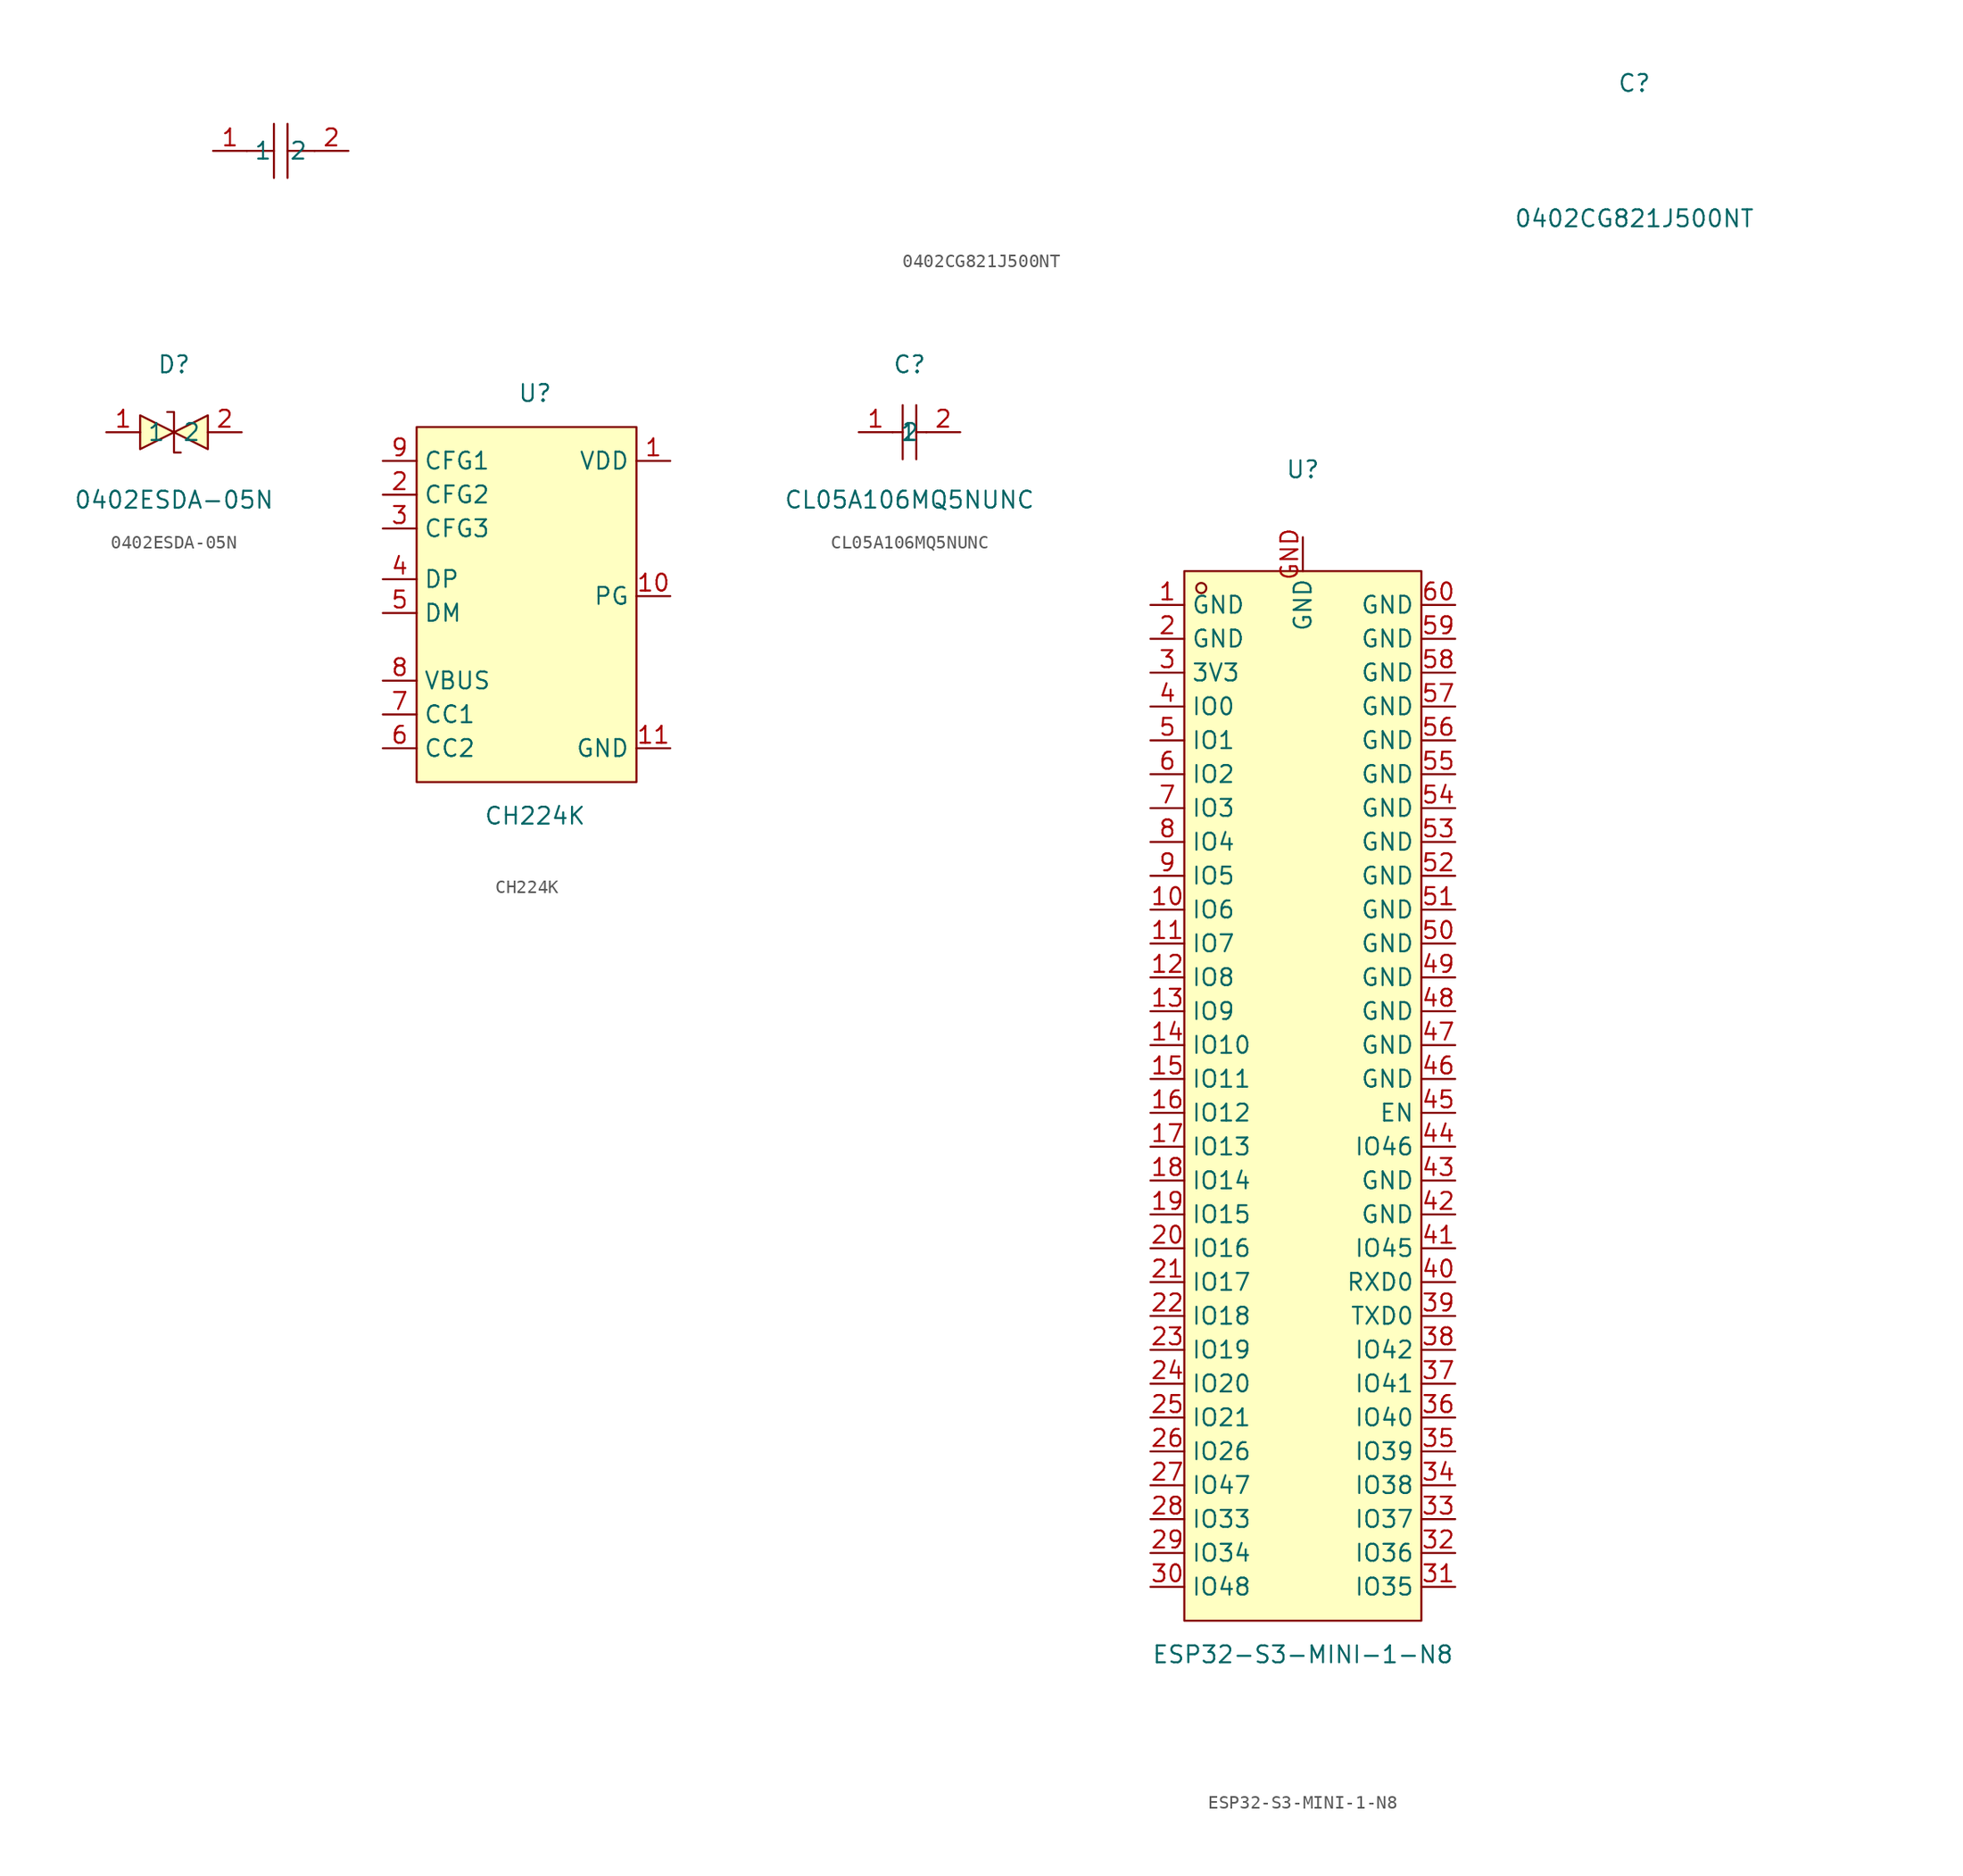
<source format=kicad_sym>
(kicad_symbol_lib
  (version 20241209)
  (generator "kicad_symbol_editor")
  (generator_version "9.0")
  (symbol "0402CG821J500NT"
    (property "Reference" "C"
      (at 0 81.28 0)
      (effects (font (size 1.27 1.27))))
    (property "Value" "0402CG821J500NT"
      (at 0 71.12 0)
      (effects (font (size 1.27 1.27))))
    (symbol "0402CG821J500NT_0_1"
      (polyline (pts (xy -102.11 76.2) (xy -104.14 76.2)) (stroke (width 0) (type default)) (fill (type none)))
      (polyline (pts (xy -102.11 74.17) (xy -102.11 78.23)) (stroke (width 0) (type default)) (fill (type none)))
      (polyline (pts (xy -101.09 78.23) (xy -101.09 74.17)) (stroke (width 0) (type default)) (fill (type none)))
      (polyline (pts (xy -99.06 76.2) (xy -101.09 76.2)) (stroke (width 0) (type default)) (fill (type none)))
      (pin unspecified line (at -106.68 76.2 0) (length 2.54) (name "1" (effects (font (size 1.27 1.27)))) (number "1" (effects (font (size 1.27 1.27)))))
      (pin unspecified line (at -96.52 76.2 180) (length 2.54) (name "2" (effects (font (size 1.27 1.27)))) (number "2" (effects (font (size 1.27 1.27)))))))
  (symbol "0402ESDA-05N"
    (property "Reference" "D"
      (at 0 5.08 0)
      (effects (font (size 1.27 1.27))))
    (property "Value" "0402ESDA-05N"
      (at 0 -5.08 0)
      (effects (font (size 1.27 1.27))))
    (symbol "0402ESDA-05N_0_1"
      (polyline (pts (xy -2.54 1.27) (xy 0 0) (xy -2.54 -1.27) (xy -2.54 1.27)) (stroke (width 0) (type default)) (fill (type background)))
      (polyline (pts (xy -0.51 1.52) (xy -0.51 1.52) (xy 0 1.52) (xy 0 -1.52) (xy 0.51 -1.52) (xy 0.51 -1.52)) (stroke (width 0) (type default)) (fill (type none)))
      (polyline (pts (xy 2.54 1.27) (xy 0 0) (xy 2.54 -1.27) (xy 2.54 1.27)) (stroke (width 0) (type default)) (fill (type background)))
      (pin unspecified line (at -5.08 0 0) (length 2.54) (name "1" (effects (font (size 1.27 1.27)))) (number "1" (effects (font (size 1.27 1.27)))))
      (pin unspecified line (at 5.08 0 180) (length 2.54) (name "2" (effects (font (size 1.27 1.27)))) (number "2" (effects (font (size 1.27 1.27)))))))
  (symbol "CH224K"
    (property "Reference" "U"
      (at 0 15.24 0)
      (effects (font (size 1.27 1.27))))
    (property "Value" "CH224K"
      (at 0 -16.51 0)
      (effects (font (size 1.27 1.27))))
    (symbol "CH224K_0_1"
      (rectangle (start -8.89 12.7) (end 7.62 -13.97) (stroke (width 0) (type default)) (fill (type background)))
      (pin unspecified line (at -11.43 10.16 0) (length 2.54) (name "CFG1" (effects (font (size 1.27 1.27)))) (number "9" (effects (font (size 1.27 1.27)))))
      (pin unspecified line (at -11.43 7.62 0) (length 2.54) (name "CFG2" (effects (font (size 1.27 1.27)))) (number "2" (effects (font (size 1.27 1.27)))))
      (pin unspecified line (at -11.43 5.08 0) (length 2.54) (name "CFG3" (effects (font (size 1.27 1.27)))) (number "3" (effects (font (size 1.27 1.27)))))
      (pin unspecified line (at -11.43 1.27 0) (length 2.54) (name "DP" (effects (font (size 1.27 1.27)))) (number "4" (effects (font (size 1.27 1.27)))))
      (pin unspecified line (at -11.43 -1.27 0) (length 2.54) (name "DM" (effects (font (size 1.27 1.27)))) (number "5" (effects (font (size 1.27 1.27)))))
      (pin unspecified line (at -11.43 -6.35 0) (length 2.54) (name "VBUS" (effects (font (size 1.27 1.27)))) (number "8" (effects (font (size 1.27 1.27)))))
      (pin unspecified line (at -11.43 -8.89 0) (length 2.54) (name "CC1" (effects (font (size 1.27 1.27)))) (number "7" (effects (font (size 1.27 1.27)))))
      (pin unspecified line (at -11.43 -11.43 0) (length 2.54) (name "CC2" (effects (font (size 1.27 1.27)))) (number "6" (effects (font (size 1.27 1.27)))))
      (pin unspecified line (at 10.16 10.16 180) (length 2.54) (name "VDD" (effects (font (size 1.27 1.27)))) (number "1" (effects (font (size 1.27 1.27)))))
      (pin unspecified line (at 10.16 0 180) (length 2.54) (name "PG" (effects (font (size 1.27 1.27)))) (number "10" (effects (font (size 1.27 1.27)))))
      (pin unspecified line (at 10.16 -11.43 180) (length 2.54) (name "GND" (effects (font (size 1.27 1.27)))) (number "11" (effects (font (size 1.27 1.27)))))))
  (symbol "CL05A106MQ5NUNC"
    (property "Reference" "C"
      (at 0 5.08 0)
      (effects (font (size 1.27 1.27))))
    (property "Value" "CL05A106MQ5NUNC"
      (at 0 -5.08 0)
      (effects (font (size 1.27 1.27))))
    (symbol "CL05A106MQ5NUNC_0_1"
      (polyline (pts (xy -1.27 0) (xy -0.51 0)) (stroke (width 0) (type default)) (fill (type none)))
      (polyline (pts (xy -0.51 2.03) (xy -0.51 -2.03)) (stroke (width 0) (type default)) (fill (type none)))
      (polyline (pts (xy 0.51 2.03) (xy 0.51 -2.03)) (stroke (width 0) (type default)) (fill (type none)))
      (polyline (pts (xy 0.51 0) (xy 1.27 0)) (stroke (width 0) (type default)) (fill (type none)))
      (pin input line (at -3.81 0 0) (length 2.54) (name "1" (effects (font (size 1.27 1.27)))) (number "1" (effects (font (size 1.27 1.27)))))
      (pin input line (at 3.81 0 180) (length 2.54) (name "2" (effects (font (size 1.27 1.27)))) (number "2" (effects (font (size 1.27 1.27)))))))
  (symbol "ESP32-S3-MINI-1-N8"
    (property "Reference" "U"
      (at 0 46.99 0)
      (effects (font (size 1.27 1.27))))
    (property "Value" "ESP32-S3-MINI-1-N8"
      (at 0 -41.91 0)
      (effects (font (size 1.27 1.27))))
    (symbol "ESP32-S3-MINI-1-N8_0_1"
      (rectangle (start -8.89 39.37) (end 8.89 -39.37) (stroke (width 0) (type default)) (fill (type background)))
      (circle (center -7.62 38.1) (radius 0.38) (stroke (width 0) (type default)) (fill (type none)))
      (pin unspecified line (at -11.43 36.83 0) (length 2.54) (name "GND" (effects (font (size 1.27 1.27)))) (number "1" (effects (font (size 1.27 1.27)))))
      (pin unspecified line (at -11.43 34.29 0) (length 2.54) (name "GND" (effects (font (size 1.27 1.27)))) (number "2" (effects (font (size 1.27 1.27)))))
      (pin unspecified line (at -11.43 31.75 0) (length 2.54) (name "3V3" (effects (font (size 1.27 1.27)))) (number "3" (effects (font (size 1.27 1.27)))))
      (pin unspecified line (at -11.43 29.21 0) (length 2.54) (name "IO0" (effects (font (size 1.27 1.27)))) (number "4" (effects (font (size 1.27 1.27)))))
      (pin unspecified line (at -11.43 26.67 0) (length 2.54) (name "IO1" (effects (font (size 1.27 1.27)))) (number "5" (effects (font (size 1.27 1.27)))))
      (pin unspecified line (at -11.43 24.13 0) (length 2.54) (name "IO2" (effects (font (size 1.27 1.27)))) (number "6" (effects (font (size 1.27 1.27)))))
      (pin unspecified line (at -11.43 21.59 0) (length 2.54) (name "IO3" (effects (font (size 1.27 1.27)))) (number "7" (effects (font (size 1.27 1.27)))))
      (pin unspecified line (at -11.43 19.05 0) (length 2.54) (name "IO4" (effects (font (size 1.27 1.27)))) (number "8" (effects (font (size 1.27 1.27)))))
      (pin unspecified line (at -11.43 16.51 0) (length 2.54) (name "IO5" (effects (font (size 1.27 1.27)))) (number "9" (effects (font (size 1.27 1.27)))))
      (pin unspecified line (at -11.43 13.97 0) (length 2.54) (name "IO6" (effects (font (size 1.27 1.27)))) (number "10" (effects (font (size 1.27 1.27)))))
      (pin unspecified line (at -11.43 11.43 0) (length 2.54) (name "IO7" (effects (font (size 1.27 1.27)))) (number "11" (effects (font (size 1.27 1.27)))))
      (pin unspecified line (at -11.43 8.89 0) (length 2.54) (name "IO8" (effects (font (size 1.27 1.27)))) (number "12" (effects (font (size 1.27 1.27)))))
      (pin unspecified line (at -11.43 6.35 0) (length 2.54) (name "IO9" (effects (font (size 1.27 1.27)))) (number "13" (effects (font (size 1.27 1.27)))))
      (pin unspecified line (at -11.43 3.81 0) (length 2.54) (name "IO10" (effects (font (size 1.27 1.27)))) (number "14" (effects (font (size 1.27 1.27)))))
      (pin unspecified line (at -11.43 1.27 0) (length 2.54) (name "IO11" (effects (font (size 1.27 1.27)))) (number "15" (effects (font (size 1.27 1.27)))))
      (pin unspecified line (at -11.43 -1.27 0) (length 2.54) (name "IO12" (effects (font (size 1.27 1.27)))) (number "16" (effects (font (size 1.27 1.27)))))
      (pin unspecified line (at -11.43 -3.81 0) (length 2.54) (name "IO13" (effects (font (size 1.27 1.27)))) (number "17" (effects (font (size 1.27 1.27)))))
      (pin unspecified line (at -11.43 -6.35 0) (length 2.54) (name "IO14" (effects (font (size 1.27 1.27)))) (number "18" (effects (font (size 1.27 1.27)))))
      (pin unspecified line (at -11.43 -8.89 0) (length 2.54) (name "IO15" (effects (font (size 1.27 1.27)))) (number "19" (effects (font (size 1.27 1.27)))))
      (pin unspecified line (at -11.43 -11.43 0) (length 2.54) (name "IO16" (effects (font (size 1.27 1.27)))) (number "20" (effects (font (size 1.27 1.27)))))
      (pin unspecified line (at -11.43 -13.97 0) (length 2.54) (name "IO17" (effects (font (size 1.27 1.27)))) (number "21" (effects (font (size 1.27 1.27)))))
      (pin unspecified line (at -11.43 -16.51 0) (length 2.54) (name "IO18" (effects (font (size 1.27 1.27)))) (number "22" (effects (font (size 1.27 1.27)))))
      (pin unspecified line (at -11.43 -19.05 0) (length 2.54) (name "IO19" (effects (font (size 1.27 1.27)))) (number "23" (effects (font (size 1.27 1.27)))))
      (pin unspecified line (at -11.43 -21.59 0) (length 2.54) (name "IO20" (effects (font (size 1.27 1.27)))) (number "24" (effects (font (size 1.27 1.27)))))
      (pin unspecified line (at -11.43 -24.13 0) (length 2.54) (name "IO21" (effects (font (size 1.27 1.27)))) (number "25" (effects (font (size 1.27 1.27)))))
      (pin unspecified line (at -11.43 -26.67 0) (length 2.54) (name "IO26" (effects (font (size 1.27 1.27)))) (number "26" (effects (font (size 1.27 1.27)))))
      (pin unspecified line (at -11.43 -29.21 0) (length 2.54) (name "IO47" (effects (font (size 1.27 1.27)))) (number "27" (effects (font (size 1.27 1.27)))))
      (pin unspecified line (at -11.43 -31.75 0) (length 2.54) (name "IO33" (effects (font (size 1.27 1.27)))) (number "28" (effects (font (size 1.27 1.27)))))
      (pin unspecified line (at -11.43 -34.29 0) (length 2.54) (name "IO34" (effects (font (size 1.27 1.27)))) (number "29" (effects (font (size 1.27 1.27)))))
      (pin unspecified line (at -11.43 -36.83 0) (length 2.54) (name "IO48" (effects (font (size 1.27 1.27)))) (number "30" (effects (font (size 1.27 1.27)))))
      (pin unspecified line (at 0 41.91 270) (length 2.54) (name "GND" (effects (font (size 1.27 1.27)))) (number "GND" (effects (font (size 1.27 1.27)))))
      (pin unspecified line (at 11.43 36.83 180) (length 2.54) (name "GND" (effects (font (size 1.27 1.27)))) (number "60" (effects (font (size 1.27 1.27)))))
      (pin unspecified line (at 11.43 34.29 180) (length 2.54) (name "GND" (effects (font (size 1.27 1.27)))) (number "59" (effects (font (size 1.27 1.27)))))
      (pin unspecified line (at 11.43 31.75 180) (length 2.54) (name "GND" (effects (font (size 1.27 1.27)))) (number "58" (effects (font (size 1.27 1.27)))))
      (pin unspecified line (at 11.43 29.21 180) (length 2.54) (name "GND" (effects (font (size 1.27 1.27)))) (number "57" (effects (font (size 1.27 1.27)))))
      (pin unspecified line (at 11.43 26.67 180) (length 2.54) (name "GND" (effects (font (size 1.27 1.27)))) (number "56" (effects (font (size 1.27 1.27)))))
      (pin unspecified line (at 11.43 24.13 180) (length 2.54) (name "GND" (effects (font (size 1.27 1.27)))) (number "55" (effects (font (size 1.27 1.27)))))
      (pin unspecified line (at 11.43 21.59 180) (length 2.54) (name "GND" (effects (font (size 1.27 1.27)))) (number "54" (effects (font (size 1.27 1.27)))))
      (pin unspecified line (at 11.43 19.05 180) (length 2.54) (name "GND" (effects (font (size 1.27 1.27)))) (number "53" (effects (font (size 1.27 1.27)))))
      (pin unspecified line (at 11.43 16.51 180) (length 2.54) (name "GND" (effects (font (size 1.27 1.27)))) (number "52" (effects (font (size 1.27 1.27)))))
      (pin unspecified line (at 11.43 13.97 180) (length 2.54) (name "GND" (effects (font (size 1.27 1.27)))) (number "51" (effects (font (size 1.27 1.27)))))
      (pin unspecified line (at 11.43 11.43 180) (length 2.54) (name "GND" (effects (font (size 1.27 1.27)))) (number "50" (effects (font (size 1.27 1.27)))))
      (pin unspecified line (at 11.43 8.89 180) (length 2.54) (name "GND" (effects (font (size 1.27 1.27)))) (number "49" (effects (font (size 1.27 1.27)))))
      (pin unspecified line (at 11.43 6.35 180) (length 2.54) (name "GND" (effects (font (size 1.27 1.27)))) (number "48" (effects (font (size 1.27 1.27)))))
      (pin unspecified line (at 11.43 3.81 180) (length 2.54) (name "GND" (effects (font (size 1.27 1.27)))) (number "47" (effects (font (size 1.27 1.27)))))
      (pin unspecified line (at 11.43 1.27 180) (length 2.54) (name "GND" (effects (font (size 1.27 1.27)))) (number "46" (effects (font (size 1.27 1.27)))))
      (pin unspecified line (at 11.43 -1.27 180) (length 2.54) (name "EN" (effects (font (size 1.27 1.27)))) (number "45" (effects (font (size 1.27 1.27)))))
      (pin unspecified line (at 11.43 -3.81 180) (length 2.54) (name "IO46" (effects (font (size 1.27 1.27)))) (number "44" (effects (font (size 1.27 1.27)))))
      (pin unspecified line (at 11.43 -6.35 180) (length 2.54) (name "GND" (effects (font (size 1.27 1.27)))) (number "43" (effects (font (size 1.27 1.27)))))
      (pin unspecified line (at 11.43 -8.89 180) (length 2.54) (name "GND" (effects (font (size 1.27 1.27)))) (number "42" (effects (font (size 1.27 1.27)))))
      (pin unspecified line (at 11.43 -11.43 180) (length 2.54) (name "IO45" (effects (font (size 1.27 1.27)))) (number "41" (effects (font (size 1.27 1.27)))))
      (pin unspecified line (at 11.43 -13.97 180) (length 2.54) (name "RXD0" (effects (font (size 1.27 1.27)))) (number "40" (effects (font (size 1.27 1.27)))))
      (pin unspecified line (at 11.43 -16.51 180) (length 2.54) (name "TXD0" (effects (font (size 1.27 1.27)))) (number "39" (effects (font (size 1.27 1.27)))))
      (pin unspecified line (at 11.43 -19.05 180) (length 2.54) (name "IO42" (effects (font (size 1.27 1.27)))) (number "38" (effects (font (size 1.27 1.27)))))
      (pin unspecified line (at 11.43 -21.59 180) (length 2.54) (name "IO41" (effects (font (size 1.27 1.27)))) (number "37" (effects (font (size 1.27 1.27)))))
      (pin unspecified line (at 11.43 -24.13 180) (length 2.54) (name "IO40" (effects (font (size 1.27 1.27)))) (number "36" (effects (font (size 1.27 1.27)))))
      (pin unspecified line (at 11.43 -26.67 180) (length 2.54) (name "IO39" (effects (font (size 1.27 1.27)))) (number "35" (effects (font (size 1.27 1.27)))))
      (pin unspecified line (at 11.43 -29.21 180) (length 2.54) (name "IO38" (effects (font (size 1.27 1.27)))) (number "34" (effects (font (size 1.27 1.27)))))
      (pin unspecified line (at 11.43 -31.75 180) (length 2.54) (name "IO37" (effects (font (size 1.27 1.27)))) (number "33" (effects (font (size 1.27 1.27)))))
      (pin unspecified line (at 11.43 -34.29 180) (length 2.54) (name "IO36" (effects (font (size 1.27 1.27)))) (number "32" (effects (font (size 1.27 1.27)))))
      (pin unspecified line (at 11.43 -36.83 180) (length 2.54) (name "IO35" (effects (font (size 1.27 1.27)))) (number "31" (effects (font (size 1.27 1.27))))))))
</source>
